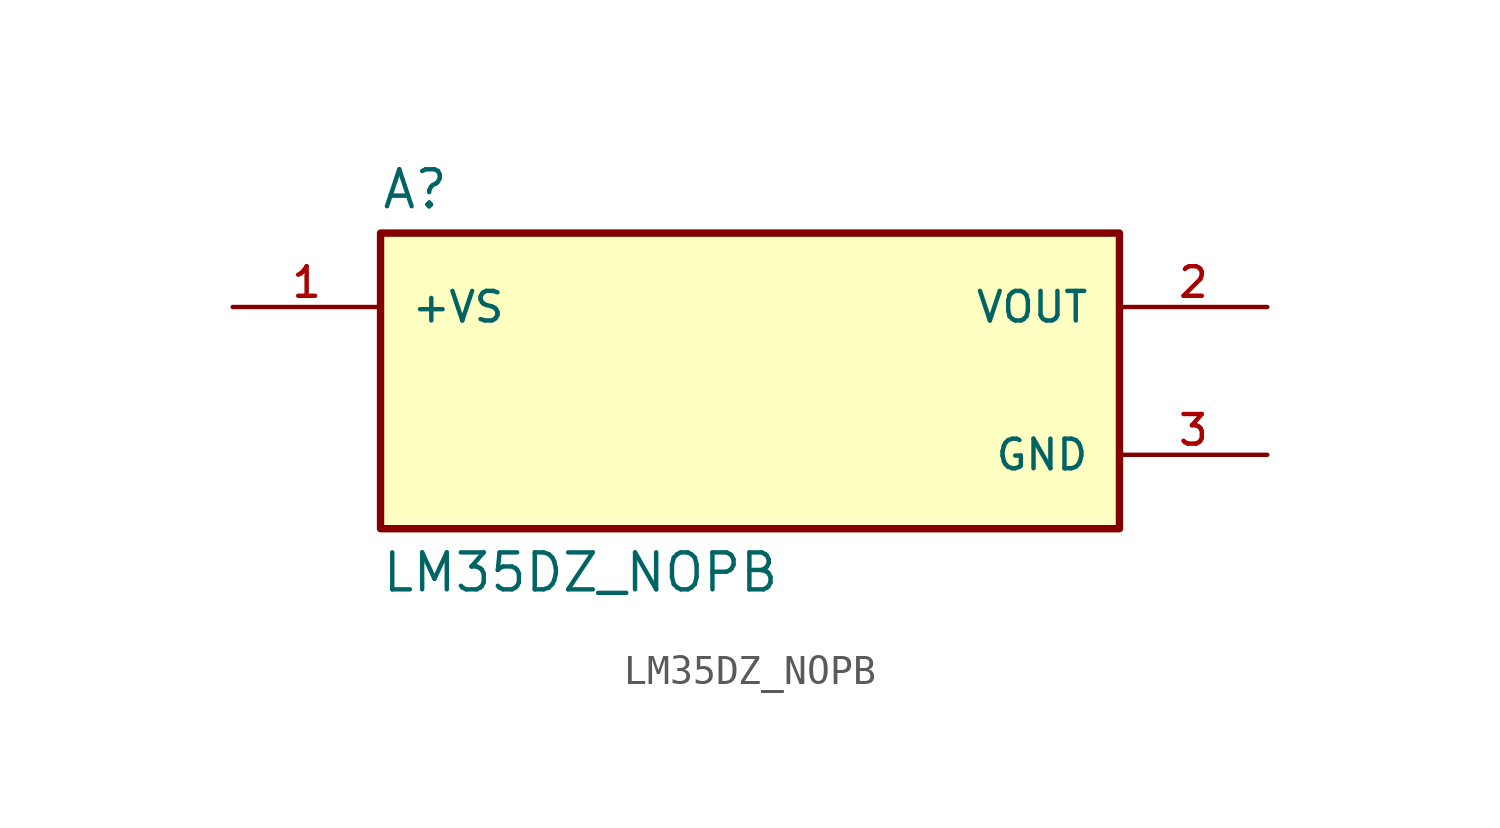
<source format=kicad_sym>
(kicad_symbol_lib
  (version 20211014)
  (generator kicad_symbol_editor)
  (symbol "LM35DZ_NOPB"
    (pin_names
      (offset 1.016))
    (property "Reference" "A"
      (at -12.7 5.842 0)
      (effects (font (size 1.27 1.27)) (justify bottom left)))
    (property "Value" "LM35DZ_NOPB"
      (at -12.7 -5.842 0)
      (effects (font (size 1.27 1.27)) (justify top left)))
    (symbol "LM35DZ_NOPB_0_0"
      (rectangle (start -12.7 -5.08) (end 12.7 5.08) (stroke (width 0.254)) (fill (type background)))
      (pin power_in line (at -17.78 2.54 0) (length 5.08) (name "+VS" (effects (font (size 1.016 1.016)))) (number "1" (effects (font (size 1.016 1.016)))))
      (pin output line (at 17.78 2.54 180.0) (length 5.08) (name "VOUT" (effects (font (size 1.016 1.016)))) (number "2" (effects (font (size 1.016 1.016)))))
      (pin power_in line (at 17.78 -2.54 180.0) (length 5.08) (name "GND" (effects (font (size 1.016 1.016)))) (number "3" (effects (font (size 1.016 1.016))))))))
</source>
